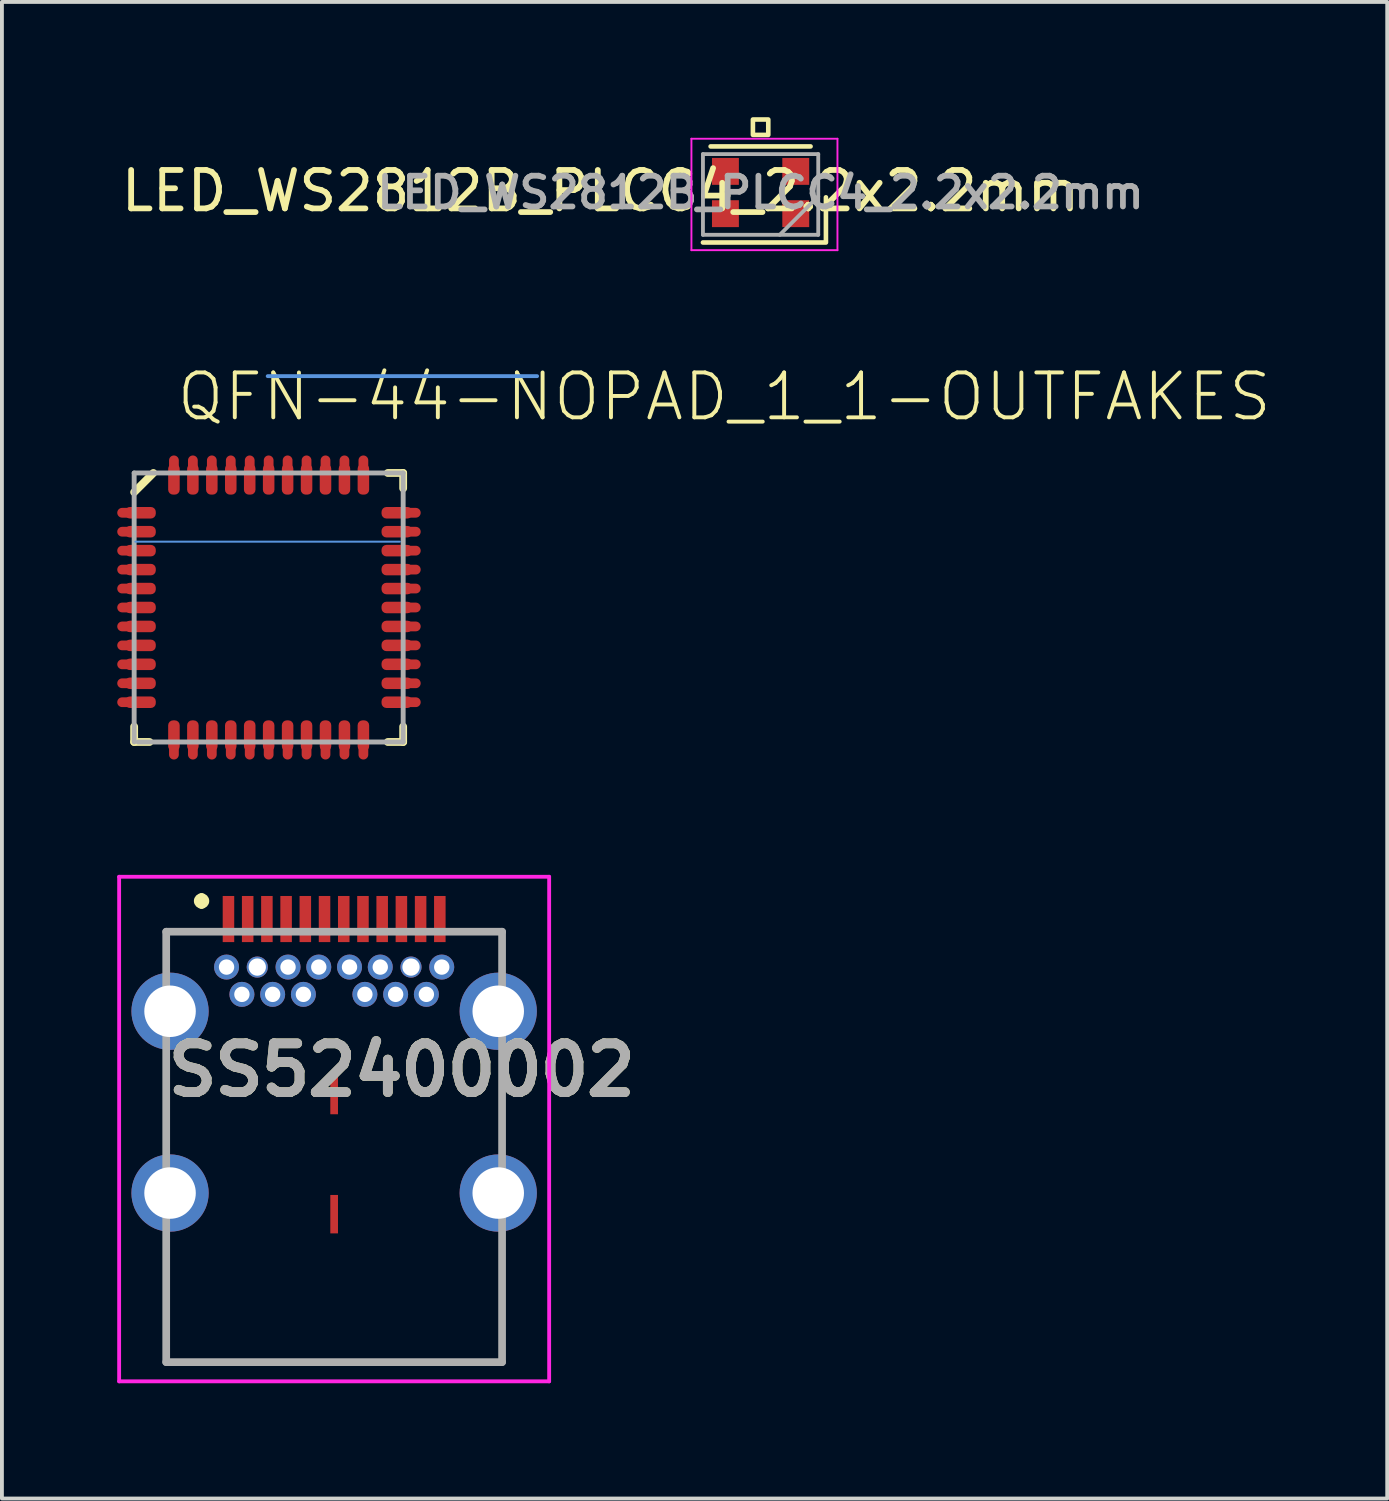
<source format=kicad_pcb>
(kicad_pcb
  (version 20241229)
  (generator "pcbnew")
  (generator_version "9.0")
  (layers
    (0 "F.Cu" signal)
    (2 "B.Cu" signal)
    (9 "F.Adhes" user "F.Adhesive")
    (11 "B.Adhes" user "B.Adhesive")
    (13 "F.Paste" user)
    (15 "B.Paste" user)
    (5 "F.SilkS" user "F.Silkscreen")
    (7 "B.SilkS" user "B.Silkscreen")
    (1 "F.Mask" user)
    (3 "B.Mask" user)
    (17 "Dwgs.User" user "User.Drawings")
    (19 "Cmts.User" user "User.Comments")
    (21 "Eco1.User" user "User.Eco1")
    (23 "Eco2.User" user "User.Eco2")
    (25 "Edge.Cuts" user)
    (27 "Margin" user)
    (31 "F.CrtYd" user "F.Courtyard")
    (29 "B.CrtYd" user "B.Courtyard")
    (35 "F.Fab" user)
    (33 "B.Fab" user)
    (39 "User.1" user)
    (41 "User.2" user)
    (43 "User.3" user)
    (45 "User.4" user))
  (footprint "LED_WS2812B_PLCC4_2.2x2.2mm"
    (layer "F.Cu")
    (at 16.742 1.96)
    (property "Reference" "LED_WS2812B_PLCC4_2.2x2.2mm" (at -4.165 -0.042 0) (layer "F.SilkS") (effects (font (size 1 1) (thickness 0.15))))
    (attr smd)
    (fp_line (start -1.5 1.3) (end 1.7 1.3) (stroke (width 0.12) (type solid)) (layer "F.SilkS"))
    (fp_line (start -1.3 -1.2) (end 1.3 -1.2) (stroke (width 0.12) (type solid)) (layer "F.SilkS"))
    (fp_line (start 1.7 1.275) (end 1.7 0.125) (stroke (width 0.12) (type solid)) (layer "F.SilkS"))
    (fp_rect (start -0.2 -1.9) (end 0.2 -1.5) (stroke (width 0.12) (type solid)) (fill no) (layer "F.SilkS"))
    (fp_line (start -1.8 -1.4) (end -1.8 1.5) (stroke (width 0.05) (type solid)) (layer "F.CrtYd"))
    (fp_line (start -1.8 1.5) (end 2 1.5) (stroke (width 0.05) (type solid)) (layer "F.CrtYd"))
    (fp_line (start 2 -1.4) (end -1.8 -1.4) (stroke (width 0.05) (type solid)) (layer "F.CrtYd"))
    (fp_line (start 2 1.5) (end 2 -1.4) (stroke (width 0.05) (type solid)) (layer "F.CrtYd"))
    (fp_line (start -1.5 -1) (end -1.5 1.1) (stroke (width 0.1) (type solid)) (layer "F.Fab"))
    (fp_line (start -1.5 1.1) (end 1.5 1.1) (stroke (width 0.1) (type solid)) (layer "F.Fab"))
    (fp_line (start 1.5 -1) (end -1.5 -1) (stroke (width 0.1) (type solid)) (layer "F.Fab"))
    (fp_line (start 1.5 0.1) (end 0.5 1.1) (stroke (width 0.1) (type solid)) (layer "F.Fab"))
    (fp_line (start 1.5 1.1) (end 1.5 -1) (stroke (width 0.1) (type solid)) (layer "F.Fab"))
    (fp_text user "${REFERENCE}" (at 0 0 0) (layer "F.Fab") (effects (font (size 0.8 0.8) (thickness 0.15))))
    (pad "1" smd rect (at -0.915 0.55) (size 0.7 0.7) (layers "F.Cu" "F.Mask" "F.Paste"))
    (pad "2" smd rect (at 0.915 0.55) (size 0.7 0.7) (layers "F.Cu" "F.Mask" "F.Paste"))
    (pad "3" smd rect (at 0.915 -0.55) (size 0.7 0.7) (layers "F.Cu" "F.Mask" "F.Paste"))
    (pad "4" smd rect (at -0.915 -0.55) (size 0.7 0.7) (layers "F.Cu" "F.Mask" "F.Paste")))
  (footprint "QFN-44-NOPAD_1_1-OUTFAKES"
    (layer "F.Cu")
    (at 3.941 12.758)
    (property "Reference" "QFN-44-NOPAD_1_1-OUTFAKES" (at -2.45 -4.8 0) (layer "F.SilkS") (effects (font (size 1.168 1.168) (thickness 0.102)) (justify left bottom)))
    (fp_line (start -3.813 -2.465) (end -3.337 -2.465) (stroke (width 0.254) (type solid)) (layer "F.Cu"))
    (fp_line (start -3.813 -1.972) (end -3.337 -1.972) (stroke (width 0.254) (type solid)) (layer "F.Cu"))
    (fp_line (start -3.813 -1.479) (end -3.337 -1.479) (stroke (width 0.254) (type solid)) (layer "F.Cu"))
    (fp_line (start -3.813 -0.986) (end -3.337 -0.986) (stroke (width 0.254) (type solid)) (layer "F.Cu"))
    (fp_line (start -3.813 -0.493) (end -3.337 -0.493) (stroke (width 0.254) (type solid)) (layer "F.Cu"))
    (fp_line (start -3.813 0) (end -3.337 0) (stroke (width 0.254) (type solid)) (layer "F.Cu"))
    (fp_line (start -3.813 0.493) (end -3.337 0.493) (stroke (width 0.254) (type solid)) (layer "F.Cu"))
    (fp_line (start -3.813 0.986) (end -3.337 0.986) (stroke (width 0.254) (type solid)) (layer "F.Cu"))
    (fp_line (start -3.813 1.479) (end -3.337 1.479) (stroke (width 0.254) (type solid)) (layer "F.Cu"))
    (fp_line (start -3.813 1.972) (end -3.337 1.972) (stroke (width 0.254) (type solid)) (layer "F.Cu"))
    (fp_line (start -3.813 2.465) (end -3.337 2.465) (stroke (width 0.254) (type solid)) (layer "F.Cu"))
    (fp_line (start -2.465 -3.337) (end -2.465 -3.829) (stroke (width 0.254) (type solid)) (layer "F.Cu"))
    (fp_line (start -2.465 3.337) (end -2.465 3.829) (stroke (width 0.254) (type solid)) (layer "F.Cu"))
    (fp_line (start -1.972 -3.337) (end -1.972 -3.829) (stroke (width 0.254) (type solid)) (layer "F.Cu"))
    (fp_line (start -1.972 3.337) (end -1.972 3.829) (stroke (width 0.254) (type solid)) (layer "F.Cu"))
    (fp_line (start -1.479 -3.337) (end -1.479 -3.829) (stroke (width 0.254) (type solid)) (layer "F.Cu"))
    (fp_line (start -1.479 3.337) (end -1.479 3.829) (stroke (width 0.254) (type solid)) (layer "F.Cu"))
    (fp_line (start -0.986 -3.337) (end -0.986 -3.829) (stroke (width 0.254) (type solid)) (layer "F.Cu"))
    (fp_line (start -0.986 3.337) (end -0.986 3.829) (stroke (width 0.254) (type solid)) (layer "F.Cu"))
    (fp_line (start -0.493 -3.337) (end -0.493 -3.829) (stroke (width 0.254) (type solid)) (layer "F.Cu"))
    (fp_line (start -0.493 3.337) (end -0.493 3.829) (stroke (width 0.254) (type solid)) (layer "F.Cu"))
    (fp_line (start 0 -3.337) (end 0 -3.829) (stroke (width 0.254) (type solid)) (layer "F.Cu"))
    (fp_line (start 0 3.337) (end 0 3.829) (stroke (width 0.254) (type solid)) (layer "F.Cu"))
    (fp_line (start 0.493 -3.337) (end 0.493 -3.829) (stroke (width 0.254) (type solid)) (layer "F.Cu"))
    (fp_line (start 0.493 3.337) (end 0.493 3.829) (stroke (width 0.254) (type solid)) (layer "F.Cu"))
    (fp_line (start 0.986 -3.337) (end 0.986 -3.829) (stroke (width 0.254) (type solid)) (layer "F.Cu"))
    (fp_line (start 0.986 3.337) (end 0.986 3.829) (stroke (width 0.254) (type solid)) (layer "F.Cu"))
    (fp_line (start 1.479 -3.337) (end 1.479 -3.829) (stroke (width 0.254) (type solid)) (layer "F.Cu"))
    (fp_line (start 1.479 3.337) (end 1.479 3.829) (stroke (width 0.254) (type solid)) (layer "F.Cu"))
    (fp_line (start 1.972 -3.337) (end 1.972 -3.829) (stroke (width 0.254) (type solid)) (layer "F.Cu"))
    (fp_line (start 1.972 3.337) (end 1.972 3.829) (stroke (width 0.254) (type solid)) (layer "F.Cu"))
    (fp_line (start 2.465 -3.337) (end 2.465 -3.829) (stroke (width 0.254) (type solid)) (layer "F.Cu"))
    (fp_line (start 2.465 3.337) (end 2.465 3.829) (stroke (width 0.254) (type solid)) (layer "F.Cu"))
    (fp_line (start 3.337 -2.465) (end 3.829 -2.465) (stroke (width 0.254) (type solid)) (layer "F.Cu"))
    (fp_line (start 3.337 -1.972) (end 3.829 -1.972) (stroke (width 0.254) (type solid)) (layer "F.Cu"))
    (fp_line (start 3.337 -1.479) (end 3.829 -1.479) (stroke (width 0.254) (type solid)) (layer "F.Cu"))
    (fp_line (start 3.337 -0.986) (end 3.829 -0.986) (stroke (width 0.254) (type solid)) (layer "F.Cu"))
    (fp_line (start 3.337 -0.493) (end 3.829 -0.493) (stroke (width 0.254) (type solid)) (layer "F.Cu"))
    (fp_line (start 3.337 0) (end 3.829 0) (stroke (width 0.254) (type solid)) (layer "F.Cu"))
    (fp_line (start 3.337 0.493) (end 3.829 0.493) (stroke (width 0.254) (type solid)) (layer "F.Cu"))
    (fp_line (start 3.337 0.986) (end 3.829 0.986) (stroke (width 0.254) (type solid)) (layer "F.Cu"))
    (fp_line (start 3.337 1.479) (end 3.829 1.479) (stroke (width 0.254) (type solid)) (layer "F.Cu"))
    (fp_line (start 3.337 1.972) (end 3.829 1.972) (stroke (width 0.254) (type solid)) (layer "F.Cu"))
    (fp_line (start 3.337 2.465) (end 3.829 2.465) (stroke (width 0.254) (type solid)) (layer "F.Cu"))
    (fp_line (start -3.5 3.5) (end -3.5 3.1) (stroke (width 0.203) (type solid)) (layer "F.SilkS"))
    (fp_line (start -3.1 3.5) (end -3.5 3.5) (stroke (width 0.203) (type solid)) (layer "F.SilkS"))
    (fp_line (start -3 -3.5) (end -3.5 -3) (stroke (width 0.203) (type solid)) (layer "F.SilkS"))
    (fp_line (start 3.1 3.5) (end 3.5 3.5) (stroke (width 0.203) (type solid)) (layer "F.SilkS"))
    (fp_line (start 3.5 -3.5) (end 3.1 -3.5) (stroke (width 0.203) (type solid)) (layer "F.SilkS"))
    (fp_line (start 3.5 -3.1) (end 3.5 -3.5) (stroke (width 0.203) (type solid)) (layer "F.SilkS"))
    (fp_line (start 3.5 3.1) (end 3.5 3.5) (stroke (width 0.203) (type solid)) (layer "F.SilkS"))
    (fp_line (start -3.47 -1.713) (end 3.414 -1.713) (stroke (width 0.051) (type solid)) (layer "Cmts.User"))
    (fp_line (start -0.025 -6.02) (end 6.985 -6.02) (stroke (width 0.1) (type solid)) (layer "Cmts.User"))
    (fp_line (start -3.5 -3.5) (end -3.5 3.5) (stroke (width 0.127) (type solid)) (layer "F.Fab"))
    (fp_line (start -3.4 3.5) (end 3.5 3.5) (stroke (width 0.127) (type solid)) (layer "F.Fab"))
    (fp_line (start 3.5 -3.5) (end -3.5 -3.5) (stroke (width 0.127) (type solid)) (layer "F.Fab"))
    (fp_line (start 3.5 3.5) (end 3.5 -3.5) (stroke (width 0.127) (type solid)) (layer "F.Fab"))
    (pad "1" smd roundrect (at -3.337 -2.465 180) (size 0.8 0.3) (layers "F.Cu" "F.Mask" "F.Paste") (roundrect_rratio 0.425))
    (pad "2" smd roundrect (at -3.337 -1.972 180) (size 0.8 0.3) (layers "F.Cu" "F.Mask" "F.Paste") (roundrect_rratio 0.425))
    (pad "3" smd roundrect (at -3.337 -1.479 180) (size 0.8 0.3) (layers "F.Cu" "F.Mask" "F.Paste") (roundrect_rratio 0.425))
    (pad "4" smd roundrect (at -3.337 -0.986 180) (size 0.8 0.3) (layers "F.Cu" "F.Mask" "F.Paste") (roundrect_rratio 0.425))
    (pad "5" smd roundrect (at -3.337 -0.493 180) (size 0.8 0.3) (layers "F.Cu" "F.Mask" "F.Paste") (roundrect_rratio 0.425))
    (pad "6" smd roundrect (at -3.337 0 180) (size 0.8 0.3) (layers "F.Cu" "F.Mask" "F.Paste") (roundrect_rratio 0.425))
    (pad "7" smd roundrect (at -3.337 0.493) (size 0.8 0.3) (layers "F.Cu" "F.Mask" "F.Paste") (roundrect_rratio 0.425))
    (pad "8" smd roundrect (at -3.337 0.986) (size 0.8 0.3) (layers "F.Cu" "F.Mask" "F.Paste") (roundrect_rratio 0.425))
    (pad "9" smd roundrect (at -3.337 1.479) (size 0.8 0.3) (layers "F.Cu" "F.Mask" "F.Paste") (roundrect_rratio 0.425))
    (pad "10" smd roundrect (at -3.337 1.972) (size 0.8 0.3) (layers "F.Cu" "F.Mask" "F.Paste") (roundrect_rratio 0.425))
    (pad "11" smd roundrect (at -3.337 2.465) (size 0.8 0.3) (layers "F.Cu" "F.Mask" "F.Paste") (roundrect_rratio 0.425))
    (pad "12" smd roundrect (at -2.465 3.337 270) (size 0.8 0.3) (layers "F.Cu" "F.Mask" "F.Paste") (roundrect_rratio 0.425))
    (pad "13" smd roundrect (at -1.972 3.337 270) (size 0.8 0.3) (layers "F.Cu" "F.Mask" "F.Paste") (roundrect_rratio 0.425))
    (pad "14" smd roundrect (at -1.479 3.337 270) (size 0.8 0.3) (layers "F.Cu" "F.Mask" "F.Paste") (roundrect_rratio 0.425))
    (pad "15" smd roundrect (at -0.986 3.337 270) (size 0.8 0.3) (layers "F.Cu" "F.Mask" "F.Paste") (roundrect_rratio 0.425))
    (pad "16" smd roundrect (at -0.493 3.337 270) (size 0.8 0.3) (layers "F.Cu" "F.Mask" "F.Paste") (roundrect_rratio 0.425))
    (pad "17" smd roundrect (at 0 3.337 270) (size 0.8 0.3) (layers "F.Cu" "F.Mask" "F.Paste") (roundrect_rratio 0.425))
    (pad "18" smd roundrect (at 0.493 3.337 90) (size 0.8 0.3) (layers "F.Cu" "F.Mask" "F.Paste") (roundrect_rratio 0.425))
    (pad "19" smd roundrect (at 0.986 3.337 90) (size 0.8 0.3) (layers "F.Cu" "F.Mask" "F.Paste") (roundrect_rratio 0.425))
    (pad "20" smd roundrect (at 1.479 3.337 90) (size 0.8 0.3) (layers "F.Cu" "F.Mask" "F.Paste") (roundrect_rratio 0.425))
    (pad "21" smd roundrect (at 1.972 3.337 90) (size 0.8 0.3) (layers "F.Cu" "F.Mask" "F.Paste") (roundrect_rratio 0.425))
    (pad "22" smd roundrect (at 2.465 3.337 90) (size 0.8 0.3) (layers "F.Cu" "F.Mask" "F.Paste") (roundrect_rratio 0.425))
    (pad "23" smd roundrect (at 3.337 2.465) (size 0.8 0.3) (layers "F.Cu" "F.Mask" "F.Paste") (roundrect_rratio 0.425))
    (pad "24" smd roundrect (at 3.337 1.972) (size 0.8 0.3) (layers "F.Cu" "F.Mask" "F.Paste") (roundrect_rratio 0.425))
    (pad "25" smd roundrect (at 3.337 1.479) (size 0.8 0.3) (layers "F.Cu" "F.Mask" "F.Paste") (roundrect_rratio 0.425))
    (pad "26" smd roundrect (at 3.337 0.986) (size 0.8 0.3) (layers "F.Cu" "F.Mask" "F.Paste") (roundrect_rratio 0.425))
    (pad "27" smd roundrect (at 3.337 0.493) (size 0.8 0.3) (layers "F.Cu" "F.Mask" "F.Paste") (roundrect_rratio 0.425))
    (pad "28" smd roundrect (at 3.337 0) (size 0.8 0.3) (layers "F.Cu" "F.Mask" "F.Paste") (roundrect_rratio 0.425))
    (pad "29" smd roundrect (at 3.337 -0.493 180) (size 0.8 0.3) (layers "F.Cu" "F.Mask" "F.Paste") (roundrect_rratio 0.425))
    (pad "30" smd roundrect (at 3.337 -0.986 180) (size 0.8 0.3) (layers "F.Cu" "F.Mask" "F.Paste") (roundrect_rratio 0.425))
    (pad "31" smd roundrect (at 3.337 -1.479 180) (size 0.8 0.3) (layers "F.Cu" "F.Mask" "F.Paste") (roundrect_rratio 0.425))
    (pad "32" smd roundrect (at 3.337 -1.972 180) (size 0.8 0.3) (layers "F.Cu" "F.Mask" "F.Paste") (roundrect_rratio 0.425))
    (pad "33" smd roundrect (at 3.337 -2.465 180) (size 0.8 0.3) (layers "F.Cu" "F.Mask" "F.Paste") (roundrect_rratio 0.425))
    (pad "34" smd roundrect (at 2.465 -3.337 90) (size 0.8 0.3) (layers "F.Cu" "F.Mask" "F.Paste") (roundrect_rratio 0.425))
    (pad "35" smd roundrect (at 1.972 -3.337 90) (size 0.8 0.3) (layers "F.Cu" "F.Mask" "F.Paste") (roundrect_rratio 0.425))
    (pad "36" smd roundrect (at 1.479 -3.337 90) (size 0.8 0.3) (layers "F.Cu" "F.Mask" "F.Paste") (roundrect_rratio 0.425))
    (pad "37" smd roundrect (at 0.986 -3.337 90) (size 0.8 0.3) (layers "F.Cu" "F.Mask" "F.Paste") (roundrect_rratio 0.425))
    (pad "38" smd roundrect (at 0.493 -3.337 90) (size 0.8 0.3) (layers "F.Cu" "F.Mask" "F.Paste") (roundrect_rratio 0.425))
    (pad "39" smd roundrect (at 0 -3.337 90) (size 0.8 0.3) (layers "F.Cu" "F.Mask" "F.Paste") (roundrect_rratio 0.425))
    (pad "40" smd roundrect (at -0.493 -3.337 270) (size 0.8 0.3) (layers "F.Cu" "F.Mask" "F.Paste") (roundrect_rratio 0.425))
    (pad "41" smd roundrect (at -0.986 -3.337 270) (size 0.8 0.3) (layers "F.Cu" "F.Mask" "F.Paste") (roundrect_rratio 0.425))
    (pad "42" smd roundrect (at -1.479 -3.337 270) (size 0.8 0.3) (layers "F.Cu" "F.Mask" "F.Paste") (roundrect_rratio 0.425))
    (pad "43" smd roundrect (at -1.972 -3.337 270) (size 0.8 0.3) (layers "F.Cu" "F.Mask" "F.Paste") (roundrect_rratio 0.425))
    (pad "44" smd roundrect (at -2.465 -3.337 270) (size 0.8 0.3) (layers "F.Cu" "F.Mask" "F.Paste") (roundrect_rratio 0.425)))
  (footprint "SS52400002"
    (layer "F.Cu")
    (at 5.645 26.345)
    (property "Reference" "SS52400002" (at 1.76 -1.55 0) (layer "F.SilkS") (effects (font (size 1.27 1.27) (thickness 0.254))))
    (attr through_hole)
    (fp_line (start -4.37 -5.15) (end -3.5 -5.15) (stroke (width 0.1) (type solid)) (layer "F.SilkS"))
    (fp_line (start -4.37 -4.45) (end -4.37 -5.15) (stroke (width 0.1) (type solid)) (layer "F.SilkS"))
    (fp_line (start -4.37 -1.48) (end -4.37 0.02) (stroke (width 0.1) (type solid)) (layer "F.SilkS"))
    (fp_line (start -4.37 3.02) (end -4.37 6.05) (stroke (width 0.1) (type solid)) (layer "F.SilkS"))
    (fp_line (start -4.37 6.05) (end 4.37 6.05) (stroke (width 0.1) (type solid)) (layer "F.SilkS"))
    (fp_line (start -3.45 -6.05) (end -3.45 -6.05) (stroke (width 0.2) (type solid)) (layer "F.SilkS"))
    (fp_line (start -3.45 -5.85) (end -3.45 -5.85) (stroke (width 0.2) (type solid)) (layer "F.SilkS"))
    (fp_line (start 3.5 -5.15) (end 4.37 -5.15) (stroke (width 0.1) (type solid)) (layer "F.SilkS"))
    (fp_line (start 4.37 -5.15) (end 4.37 -4.48) (stroke (width 0.1) (type solid)) (layer "F.SilkS"))
    (fp_line (start 4.37 -1.48) (end 4.37 0.02) (stroke (width 0.1) (type solid)) (layer "F.SilkS"))
    (fp_line (start 4.37 6.05) (end 4.37 3.02) (stroke (width 0.1) (type solid)) (layer "F.SilkS"))
    (fp_arc (start -3.45 -6.05) (mid -3.35 -5.95) (end -3.45 -5.85) (stroke (width 0.2) (type solid)) (layer "F.SilkS"))
    (fp_arc (start -3.45 -5.85) (mid -3.55 -5.95) (end -3.45 -6.05) (stroke (width 0.2) (type solid)) (layer "F.SilkS"))
    (fp_line (start -5.595 -6.58) (end 5.595 -6.58) (stroke (width 0.1) (type solid)) (layer "F.CrtYd"))
    (fp_line (start -5.595 6.55) (end -5.595 -6.58) (stroke (width 0.1) (type solid)) (layer "F.CrtYd"))
    (fp_line (start 5.595 -6.58) (end 5.595 6.55) (stroke (width 0.1) (type solid)) (layer "F.CrtYd"))
    (fp_line (start 5.595 6.55) (end -5.595 6.55) (stroke (width 0.1) (type solid)) (layer "F.CrtYd"))
    (fp_line (start -4.37 -5.15) (end 4.37 -5.15) (stroke (width 0.2) (type solid)) (layer "F.Fab"))
    (fp_line (start -4.37 6.05) (end -4.37 -5.15) (stroke (width 0.2) (type solid)) (layer "F.Fab"))
    (fp_line (start 4.37 -5.15) (end 4.37 6.05) (stroke (width 0.2) (type solid)) (layer "F.Fab"))
    (fp_line (start 4.37 6.05) (end -4.37 6.05) (stroke (width 0.2) (type solid)) (layer "F.Fab"))
    (fp_text user "${REFERENCE}" (at 1.76 -1.55 0) (layer "F.Fab") (effects (font (size 1.27 1.27) (thickness 0.254))))
    (pad "A1" smd rect (at -2.75 -5.48) (size 0.3 1.2) (layers "F.Cu" "F.Mask" "F.Paste"))
    (pad "A2" smd rect (at -2.25 -5.48) (size 0.3 1.2) (layers "F.Cu" "F.Mask" "F.Paste"))
    (pad "A3" smd rect (at -1.75 -5.48) (size 0.3 1.2) (layers "F.Cu" "F.Mask" "F.Paste"))
    (pad "A4" smd rect (at -1.25 -5.48) (size 0.3 1.2) (layers "F.Cu" "F.Mask" "F.Paste"))
    (pad "A5" smd rect (at -0.75 -5.48) (size 0.3 1.2) (layers "F.Cu" "F.Mask" "F.Paste"))
    (pad "A6" smd rect (at -0.25 -5.48) (size 0.3 1.2) (layers "F.Cu" "F.Mask" "F.Paste"))
    (pad "A7" smd rect (at 0.25 -5.48) (size 0.3 1.2) (layers "F.Cu" "F.Mask" "F.Paste"))
    (pad "A8" smd rect (at 0.75 -5.48) (size 0.3 1.2) (layers "F.Cu" "F.Mask" "F.Paste"))
    (pad "A9" smd rect (at 1.25 -5.48) (size 0.3 1.2) (layers "F.Cu" "F.Mask" "F.Paste"))
    (pad "A10" smd rect (at 1.75 -5.48) (size 0.3 1.2) (layers "F.Cu" "F.Mask" "F.Paste"))
    (pad "A11" smd rect (at 2.25 -5.48) (size 0.3 1.2) (layers "F.Cu" "F.Mask" "F.Paste"))
    (pad "A12" smd rect (at 2.75 -5.48) (size 0.3 1.2) (layers "F.Cu" "F.Mask" "F.Paste"))
    (pad "B1" thru_hole circle (at 2.8 -4.23) (size 0.65 0.65) (drill 0.4) (layers "*.Cu" "*.Mask"))
    (pad "B2" thru_hole circle (at 2.4 -3.52) (size 0.65 0.65) (drill 0.4) (layers "*.Cu" "*.Mask"))
    (pad "B3" thru_hole circle (at 1.6 -3.52) (size 0.65 0.65) (drill 0.4) (layers "*.Cu" "*.Mask"))
    (pad "B4" thru_hole circle (at 1.2 -4.23) (size 0.65 0.65) (drill 0.4) (layers "*.Cu" "*.Mask"))
    (pad "B5" thru_hole circle (at 0.8 -3.52) (size 0.65 0.65) (drill 0.4) (layers "*.Cu" "*.Mask"))
    (pad "B6" thru_hole circle (at 0.4 -4.23) (size 0.65 0.65) (drill 0.4) (layers "*.Cu" "*.Mask"))
    (pad "B7" thru_hole circle (at -0.4 -4.23) (size 0.65 0.65) (drill 0.4) (layers "*.Cu" "*.Mask"))
    (pad "B8" thru_hole circle (at -0.8 -3.52) (size 0.65 0.65) (drill 0.4) (layers "*.Cu" "*.Mask"))
    (pad "B9" thru_hole circle (at -1.2 -4.23) (size 0.65 0.65) (drill 0.4) (layers "*.Cu" "*.Mask"))
    (pad "B10" thru_hole circle (at -1.6 -3.52) (size 0.65 0.65) (drill 0.4) (layers "*.Cu" "*.Mask"))
    (pad "B11" thru_hole circle (at -2.4 -3.52) (size 0.65 0.65) (drill 0.4) (layers "*.Cu" "*.Mask"))
    (pad "B12" thru_hole circle (at -2.8 -4.23) (size 0.65 0.65) (drill 0.4) (layers "*.Cu" "*.Mask"))
    (pad "GN1" thru_hole circle (at 2 -4.23) (size 0.55 0.55) (drill 0.45) (layers "*.Cu" "*.Mask"))
    (pad "GR1" thru_hole circle (at -2 -4.23) (size 0.55 0.55) (drill 0.45) (layers "*.Cu" "*.Mask"))
    (pad "MH1" thru_hole circle (at -4.27 -3.08) (size 2.01 2.01) (drill 1.34) (layers "*.Cu" "*.Mask"))
    (pad "MH2" thru_hole circle (at 4.27 -3.08) (size 2.01 2.01) (drill 1.34) (layers "*.Cu" "*.Mask"))
    (pad "MH3" thru_hole circle (at -4.27 1.65) (size 2.01 2.01) (drill 1.34) (layers "*.Cu" "*.Mask"))
    (pad "MH4" thru_hole circle (at 4.27 1.65) (size 2.01 2.01) (drill 1.34) (layers "*.Cu" "*.Mask"))
    (pad "MP1" smd rect (at 0 -0.9) (size 0.2 1) (layers "F.Cu" "F.Mask" "F.Paste"))
    (pad "MP2" smd rect (at 0 2.2) (size 0.2 1) (layers "F.Cu" "F.Mask" "F.Paste")))
  (gr_rect
    (start -3 -3)
    (end 33.048 35.945)
    (stroke (width 0.1) (type default))
    (fill no)
    (layer "Edge.Cuts")))
</source>
